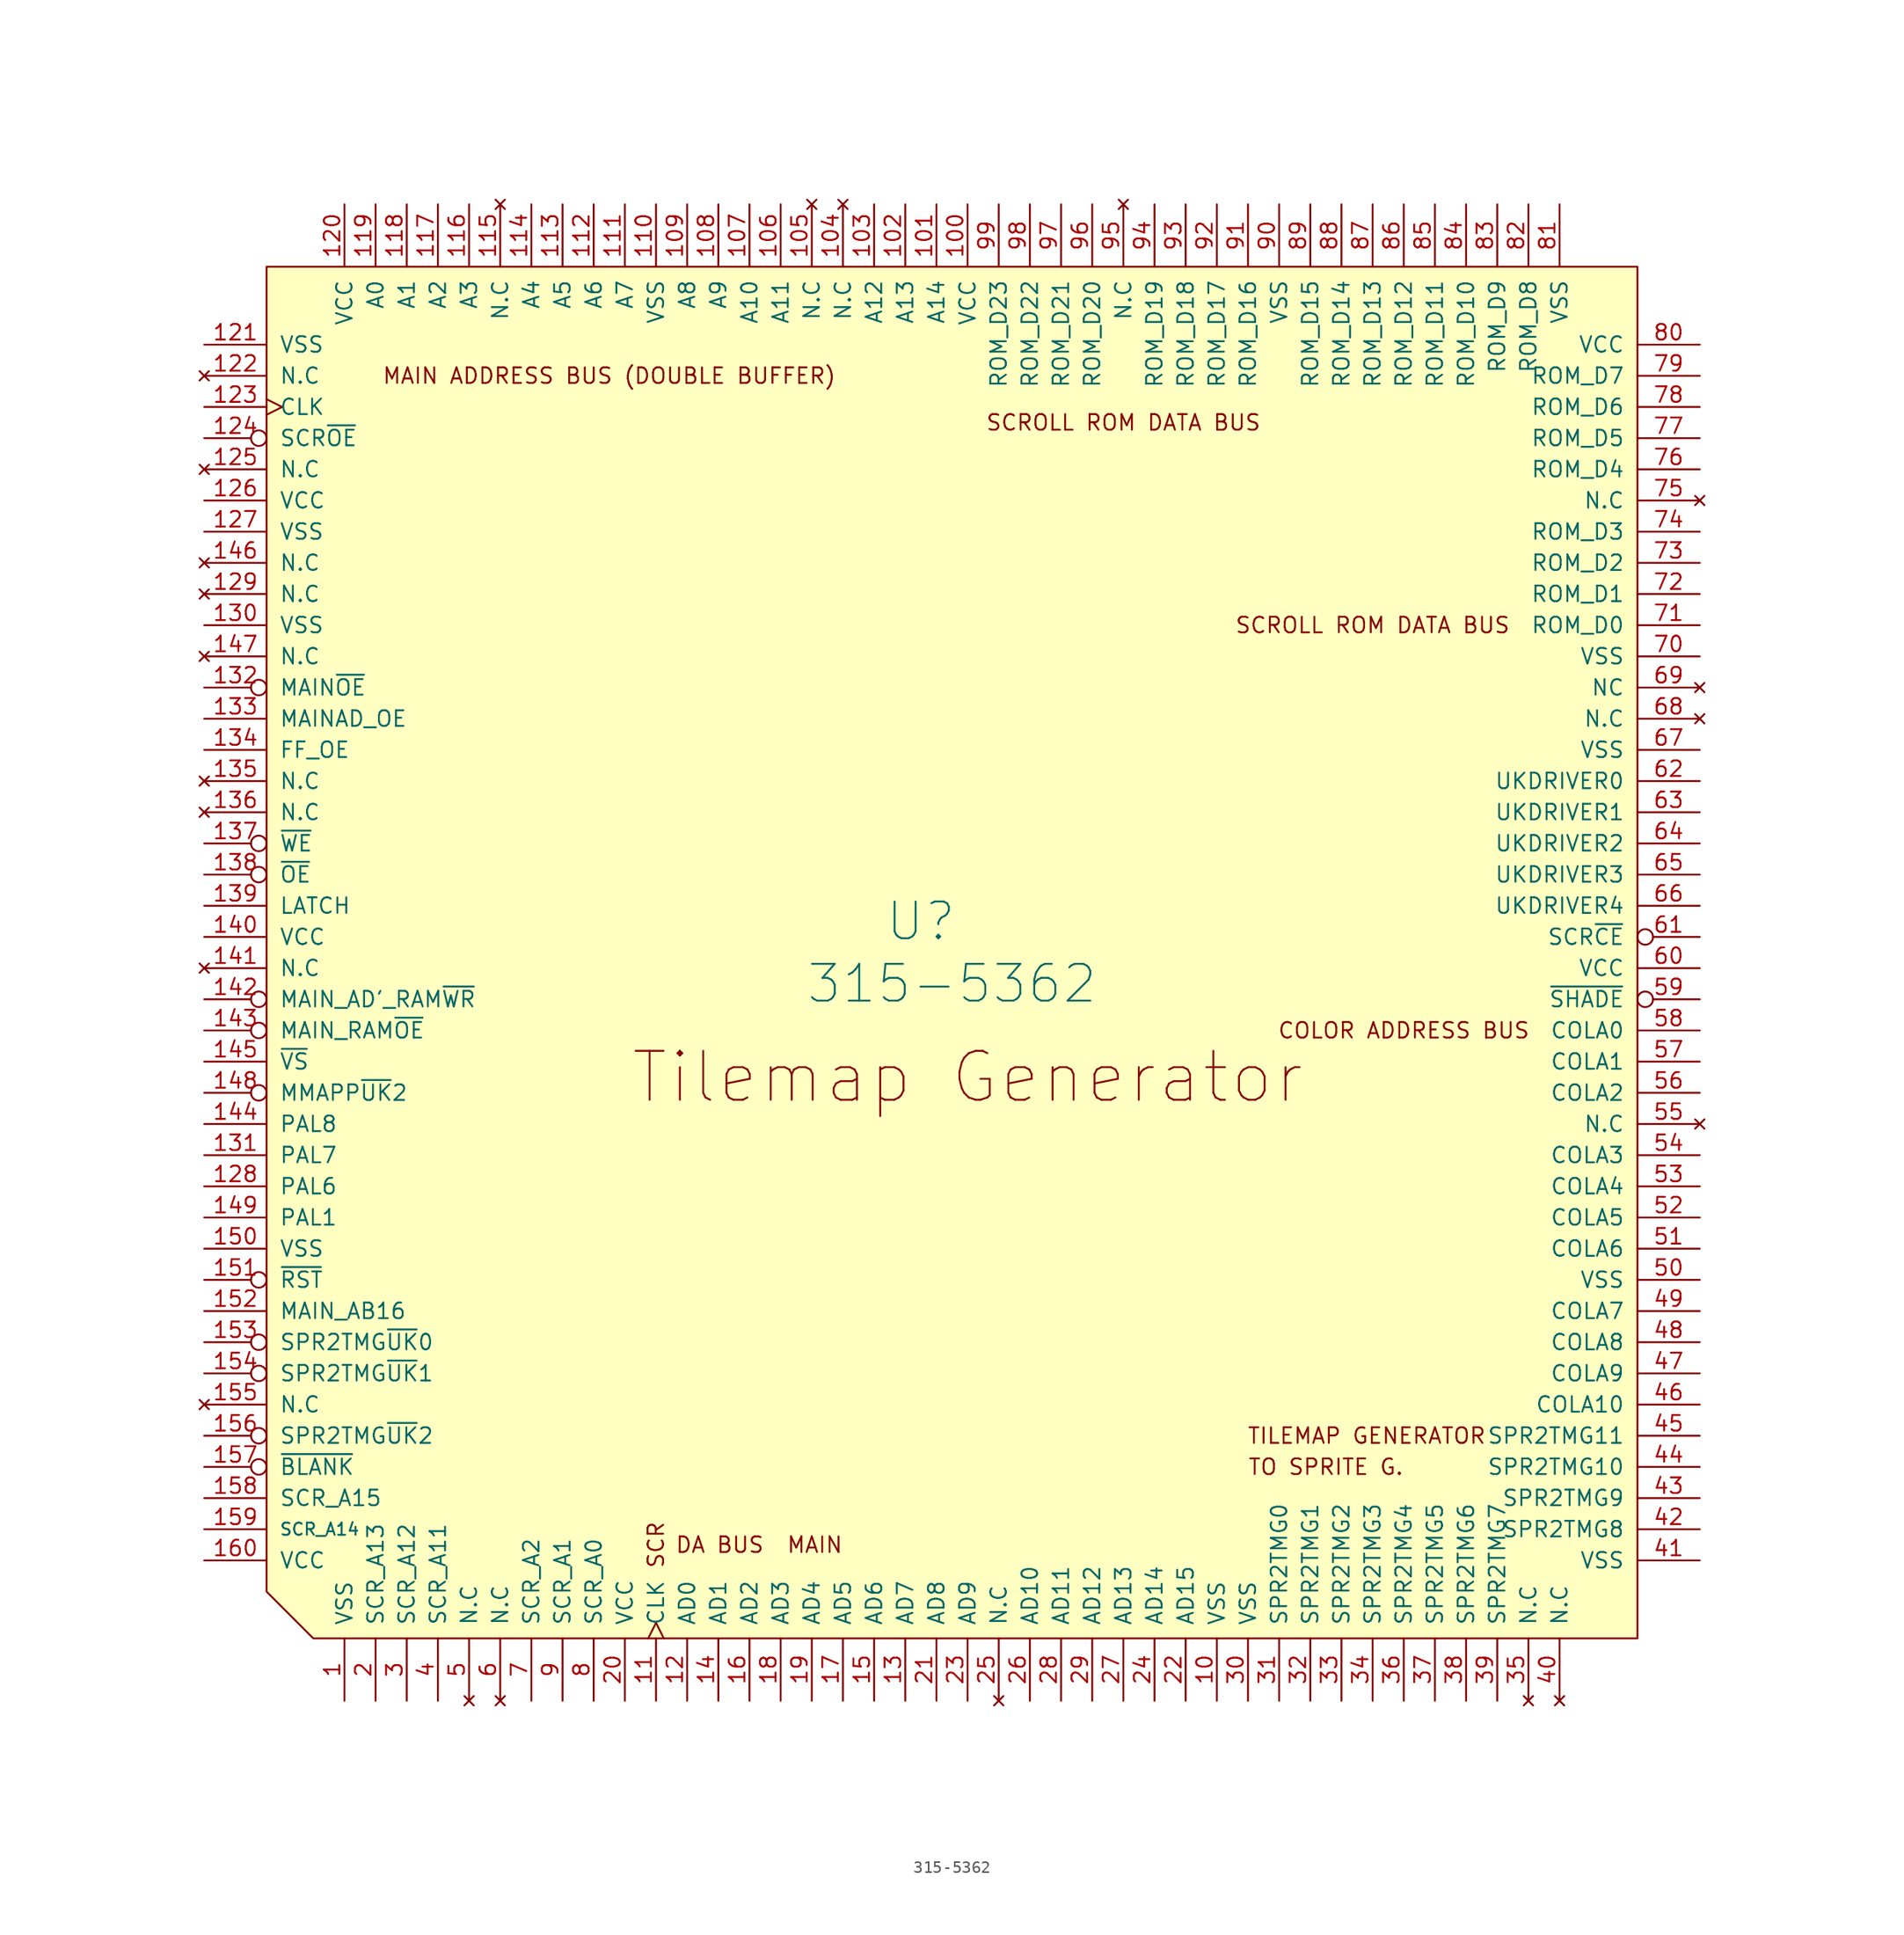
<source format=kicad_sym>
(kicad_symbol_lib
  (version 20220914)
  (generator kicad_symbol_editor)
  (symbol "315-5362"
    (pin_names
      (offset 1.016))
    (property "Reference" "U"
      (at -1.27 3.81 0)
      (effects (font (size 2.997 2.997))))
    (property "Value" "315-5362"
      (at 1.27 -1.27 0)
      (effects (font (size 2.997 2.997))))
    (symbol "315-5362_0_0"
      (text "COLOR ADDRESS BUS" (at 38.1 -5.08 0) (effects (font (size 1.27 1.27))))
      (text "DA BUS  MAIN " (at -13.97 -46.99 0) (effects (font (size 1.27 1.27))))
      (text "MAIN ADDRESS BUS (DOUBLE BUFFER)" (at -26.67 48.26 0) (effects (font (size 1.27 1.27))))
      (text "SCR" (at -22.86 -46.99 900) (effects (font (size 1.27 1.27))))
      (text "SCROLL ROM DATA BUS" (at 15.24 44.45 0) (effects (font (size 1.27 1.27))))
      (text "SCROLL ROM DATA BUS" (at 35.56 27.94 0) (effects (font (size 1.27 1.27))))
      (text "Tilemap Generator" (at 2.54 -8.89 0) (effects (font (size 3.988 3.988))))
      (text "TILEMAP GENERATOR " (at 35.56 -38.1 0) (effects (font (size 1.27 1.27))))
      (text "TO SPRITE G." (at 31.75 -40.64 0) (effects (font (size 1.27 1.27)))))
    (symbol "315-5362_0_1"
      (polyline (pts (xy -48.26 -54.61) (xy -50.8 -54.61) (xy -54.61 -50.8) (xy -54.61 57.15) (xy 57.15 57.15) (xy 57.15 -54.61) (xy -48.26 -54.61)) (stroke (width 0) (type default)) (fill (type background))))
    (symbol "315-5362_1_1"
      (pin power_in line (at -48.26 -59.69 90) (length 5.08) (name "VSS" (effects (font (size 1.27 1.27)))) (number "1" (effects (font (size 1.27 1.27)))))
      (pin power_in line (at 22.86 -59.69 90) (length 5.08) (name "VSS" (effects (font (size 1.27 1.27)))) (number "10" (effects (font (size 1.27 1.27)))))
      (pin power_in line (at 2.54 62.23 270) (length 5.08) (name "VCC" (effects (font (size 1.27 1.27)))) (number "100" (effects (font (size 1.27 1.27)))))
      (pin output line (at 0 62.23 270) (length 5.08) (name "A14" (effects (font (size 1.27 1.27)))) (number "101" (effects (font (size 1.27 1.27)))))
      (pin output line (at -2.54 62.23 270) (length 5.08) (name "A13" (effects (font (size 1.27 1.27)))) (number "102" (effects (font (size 1.27 1.27)))))
      (pin output line (at -5.08 62.23 270) (length 5.08) (name "A12" (effects (font (size 1.27 1.27)))) (number "103" (effects (font (size 1.27 1.27)))))
      (pin no_connect line (at -7.62 62.23 270) (length 5.08) (name "N.C" (effects (font (size 1.27 1.27)))) (number "104" (effects (font (size 1.27 1.27)))))
      (pin no_connect line (at -10.16 62.23 270) (length 5.08) (name "N.C" (effects (font (size 1.27 1.27)))) (number "105" (effects (font (size 1.27 1.27)))))
      (pin output line (at -12.7 62.23 270) (length 5.08) (name "A11" (effects (font (size 1.27 1.27)))) (number "106" (effects (font (size 1.27 1.27)))))
      (pin output line (at -15.24 62.23 270) (length 5.08) (name "A10" (effects (font (size 1.27 1.27)))) (number "107" (effects (font (size 1.27 1.27)))))
      (pin output line (at -17.78 62.23 270) (length 5.08) (name "A9" (effects (font (size 1.27 1.27)))) (number "108" (effects (font (size 1.27 1.27)))))
      (pin output line (at -20.32 62.23 270) (length 5.08) (name "A8" (effects (font (size 1.27 1.27)))) (number "109" (effects (font (size 1.27 1.27)))))
      (pin output clock (at -22.86 -59.69 90) (length 5.08) (name "CLK" (effects (font (size 1.27 1.27)))) (number "11" (effects (font (size 1.27 1.27)))))
      (pin power_in line (at -22.86 62.23 270) (length 5.08) (name "VSS" (effects (font (size 1.27 1.27)))) (number "110" (effects (font (size 1.27 1.27)))))
      (pin output line (at -25.4 62.23 270) (length 5.08) (name "A7" (effects (font (size 1.27 1.27)))) (number "111" (effects (font (size 1.27 1.27)))))
      (pin output line (at -27.94 62.23 270) (length 5.08) (name "A6" (effects (font (size 1.27 1.27)))) (number "112" (effects (font (size 1.27 1.27)))))
      (pin output line (at -30.48 62.23 270) (length 5.08) (name "A5" (effects (font (size 1.27 1.27)))) (number "113" (effects (font (size 1.27 1.27)))))
      (pin output line (at -33.02 62.23 270) (length 5.08) (name "A4" (effects (font (size 1.27 1.27)))) (number "114" (effects (font (size 1.27 1.27)))))
      (pin no_connect line (at -35.56 62.23 270) (length 5.08) (name "N.C" (effects (font (size 1.27 1.27)))) (number "115" (effects (font (size 1.27 1.27)))))
      (pin output line (at -38.1 62.23 270) (length 5.08) (name "A3" (effects (font (size 1.27 1.27)))) (number "116" (effects (font (size 1.27 1.27)))))
      (pin output line (at -40.64 62.23 270) (length 5.08) (name "A2" (effects (font (size 1.27 1.27)))) (number "117" (effects (font (size 1.27 1.27)))))
      (pin output line (at -43.18 62.23 270) (length 5.08) (name "A1" (effects (font (size 1.27 1.27)))) (number "118" (effects (font (size 1.27 1.27)))))
      (pin output line (at -45.72 62.23 270) (length 5.08) (name "A0" (effects (font (size 1.27 1.27)))) (number "119" (effects (font (size 1.27 1.27)))))
      (pin bidirectional line (at -20.32 -59.69 90) (length 5.08) (name "AD0" (effects (font (size 1.27 1.27)))) (number "12" (effects (font (size 1.27 1.27)))))
      (pin power_in line (at -48.26 62.23 270) (length 5.08) (name "VCC" (effects (font (size 1.27 1.27)))) (number "120" (effects (font (size 1.27 1.27)))))
      (pin power_in line (at -59.69 50.8 0) (length 5.08) (name "VSS" (effects (font (size 1.27 1.27)))) (number "121" (effects (font (size 1.27 1.27)))))
      (pin no_connect line (at -59.69 48.26 0) (length 5.08) (name "N.C" (effects (font (size 1.27 1.27)))) (number "122" (effects (font (size 1.27 1.27)))))
      (pin output clock (at -59.69 45.72 0) (length 5.08) (name "CLK" (effects (font (size 1.27 1.27)))) (number "123" (effects (font (size 1.27 1.27)))))
      (pin output inverted (at -59.69 43.18 0) (length 5.08) (name "SCR~{OE}" (effects (font (size 1.27 1.27)))) (number "124" (effects (font (size 1.27 1.27)))))
      (pin no_connect line (at -59.69 40.64 0) (length 5.08) (name "N.C" (effects (font (size 1.27 1.27)))) (number "125" (effects (font (size 1.27 1.27)))))
      (pin power_in line (at -59.69 38.1 0) (length 5.08) (name "VCC" (effects (font (size 1.27 1.27)))) (number "126" (effects (font (size 1.27 1.27)))))
      (pin power_in line (at -59.69 35.56 0) (length 5.08) (name "VSS" (effects (font (size 1.27 1.27)))) (number "127" (effects (font (size 1.27 1.27)))))
      (pin input line (at -59.69 -17.78 0) (length 5.08) (name "PAL6" (effects (font (size 1.27 1.27)))) (number "128" (effects (font (size 1.27 1.27)))))
      (pin no_connect line (at -59.69 30.48 0) (length 5.08) (name "N.C" (effects (font (size 1.27 1.27)))) (number "129" (effects (font (size 1.27 1.27)))))
      (pin bidirectional line (at -2.54 -59.69 90) (length 5.08) (name "AD7" (effects (font (size 1.27 1.27)))) (number "13" (effects (font (size 1.27 1.27)))))
      (pin power_in line (at -59.69 27.94 0) (length 5.08) (name "VSS" (effects (font (size 1.27 1.27)))) (number "130" (effects (font (size 1.27 1.27)))))
      (pin input line (at -59.69 -15.24 0) (length 5.08) (name "PAL7" (effects (font (size 1.27 1.27)))) (number "131" (effects (font (size 1.27 1.27)))))
      (pin output inverted (at -59.69 22.86 0) (length 5.08) (name "MAIN~{OE}" (effects (font (size 1.27 1.27)))) (number "132" (effects (font (size 1.27 1.27)))))
      (pin output line (at -59.69 20.32 0) (length 5.08) (name "MAINAD_OE" (effects (font (size 1.27 1.27)))) (number "133" (effects (font (size 1.27 1.27)))))
      (pin output line (at -59.69 17.78 0) (length 5.08) (name "FF_OE" (effects (font (size 1.27 1.27)))) (number "134" (effects (font (size 1.27 1.27)))))
      (pin no_connect line (at -59.69 15.24 0) (length 5.08) (name "N.C" (effects (font (size 1.27 1.27)))) (number "135" (effects (font (size 1.27 1.27)))))
      (pin no_connect line (at -59.69 12.7 0) (length 5.08) (name "N.C" (effects (font (size 1.27 1.27)))) (number "136" (effects (font (size 1.27 1.27)))))
      (pin output inverted (at -59.69 10.16 0) (length 5.08) (name "~{WE}" (effects (font (size 1.27 1.27)))) (number "137" (effects (font (size 1.27 1.27)))))
      (pin output inverted (at -59.69 7.62 0) (length 5.08) (name "~{OE}" (effects (font (size 1.27 1.27)))) (number "138" (effects (font (size 1.27 1.27)))))
      (pin output line (at -59.69 5.08 0) (length 5.08) (name "LATCH" (effects (font (size 1.27 1.27)))) (number "139" (effects (font (size 1.27 1.27)))))
      (pin bidirectional line (at -17.78 -59.69 90) (length 5.08) (name "AD1" (effects (font (size 1.27 1.27)))) (number "14" (effects (font (size 1.27 1.27)))))
      (pin power_in line (at -59.69 2.54 0) (length 5.08) (name "VCC" (effects (font (size 1.27 1.27)))) (number "140" (effects (font (size 1.27 1.27)))))
      (pin no_connect line (at -59.69 0 0) (length 5.08) (name "N.C" (effects (font (size 1.27 1.27)))) (number "141" (effects (font (size 1.27 1.27)))))
      (pin output inverted (at -59.69 -2.54 0) (length 5.08) (name "MAIN_AD'_RAM~{WR}" (effects (font (size 1.27 1.27)))) (number "142" (effects (font (size 1.27 1.27)))))
      (pin output inverted (at -59.69 -5.08 0) (length 5.08) (name "MAIN_RAM~{OE}" (effects (font (size 1.27 1.27)))) (number "143" (effects (font (size 1.27 1.27)))))
      (pin input line (at -59.69 -12.7 0) (length 5.08) (name "PAL8" (effects (font (size 1.27 1.27)))) (number "144" (effects (font (size 1.27 1.27)))))
      (pin output line (at -59.69 -7.62 0) (length 5.08) (name "~{VS}" (effects (font (size 1.27 1.27)))) (number "145" (effects (font (size 1.27 1.27)))))
      (pin no_connect line (at -59.69 33.02 0) (length 5.08) (name "N.C" (effects (font (size 1.27 1.27)))) (number "146" (effects (font (size 1.27 1.27)))))
      (pin no_connect line (at -59.69 25.4 0) (length 5.08) (name "N.C" (effects (font (size 1.27 1.27)))) (number "147" (effects (font (size 1.27 1.27)))))
      (pin input inverted (at -59.69 -10.16 0) (length 5.08) (name "MMAPP~{UK}2" (effects (font (size 1.27 1.27)))) (number "148" (effects (font (size 1.27 1.27)))))
      (pin input line (at -59.69 -20.32 0) (length 5.08) (name "PAL1" (effects (font (size 1.27 1.27)))) (number "149" (effects (font (size 1.27 1.27)))))
      (pin bidirectional line (at -5.08 -59.69 90) (length 5.08) (name "AD6" (effects (font (size 1.27 1.27)))) (number "15" (effects (font (size 1.27 1.27)))))
      (pin power_in line (at -59.69 -22.86 0) (length 5.08) (name "VSS" (effects (font (size 1.27 1.27)))) (number "150" (effects (font (size 1.27 1.27)))))
      (pin output inverted (at -59.69 -25.4 0) (length 5.08) (name "~{RST}" (effects (font (size 1.27 1.27)))) (number "151" (effects (font (size 1.27 1.27)))))
      (pin input line (at -59.69 -27.94 0) (length 5.08) (name "MAIN_AB16" (effects (font (size 1.27 1.27)))) (number "152" (effects (font (size 1.27 1.27)))))
      (pin output inverted (at -59.69 -30.48 0) (length 5.08) (name "SPR2TMG~{UK}0" (effects (font (size 1.27 1.27)))) (number "153" (effects (font (size 1.27 1.27)))))
      (pin output inverted (at -59.69 -33.02 0) (length 5.08) (name "SPR2TMG~{UK}1" (effects (font (size 1.27 1.27)))) (number "154" (effects (font (size 1.27 1.27)))))
      (pin no_connect line (at -59.69 -35.56 0) (length 5.08) (name "N.C" (effects (font (size 1.27 1.27)))) (number "155" (effects (font (size 1.27 1.27)))))
      (pin output inverted (at -59.69 -38.1 0) (length 5.08) (name "SPR2TMG~{UK}2" (effects (font (size 1.27 1.27)))) (number "156" (effects (font (size 1.27 1.27)))))
      (pin output inverted (at -59.69 -40.64 0) (length 5.08) (name "~{BLANK}" (effects (font (size 1.27 1.27)))) (number "157" (effects (font (size 1.27 1.27)))))
      (pin output line (at -59.69 -43.18 0) (length 5.08) (name "SCR_A15" (effects (font (size 1.27 1.27)))) (number "158" (effects (font (size 1.27 1.27)))))
      (pin output line (at -59.69 -45.72 0) (length 5.08) (name "SCR_A14" (effects (font (size 0.991 0.991)))) (number "159" (effects (font (size 1.27 1.27)))))
      (pin bidirectional line (at -15.24 -59.69 90) (length 5.08) (name "AD2" (effects (font (size 1.27 1.27)))) (number "16" (effects (font (size 1.27 1.27)))))
      (pin power_in line (at -59.69 -48.26 0) (length 5.08) (name "VCC" (effects (font (size 1.27 1.27)))) (number "160" (effects (font (size 1.27 1.27)))))
      (pin bidirectional line (at -7.62 -59.69 90) (length 5.08) (name "AD5" (effects (font (size 1.27 1.27)))) (number "17" (effects (font (size 1.27 1.27)))))
      (pin bidirectional line (at -12.7 -59.69 90) (length 5.08) (name "AD3" (effects (font (size 1.27 1.27)))) (number "18" (effects (font (size 1.27 1.27)))))
      (pin bidirectional line (at -10.16 -59.69 90) (length 5.08) (name "AD4" (effects (font (size 1.27 1.27)))) (number "19" (effects (font (size 1.27 1.27)))))
      (pin output line (at -45.72 -59.69 90) (length 5.08) (name "SCR_A13" (effects (font (size 1.27 1.27)))) (number "2" (effects (font (size 1.27 1.27)))))
      (pin power_in line (at -25.4 -59.69 90) (length 5.08) (name "VCC" (effects (font (size 1.27 1.27)))) (number "20" (effects (font (size 1.27 1.27)))))
      (pin bidirectional line (at 0 -59.69 90) (length 5.08) (name "AD8" (effects (font (size 1.27 1.27)))) (number "21" (effects (font (size 1.27 1.27)))))
      (pin bidirectional line (at 20.32 -59.69 90) (length 5.08) (name "AD15" (effects (font (size 1.27 1.27)))) (number "22" (effects (font (size 1.27 1.27)))))
      (pin bidirectional line (at 2.54 -59.69 90) (length 5.08) (name "AD9" (effects (font (size 1.27 1.27)))) (number "23" (effects (font (size 1.27 1.27)))))
      (pin bidirectional line (at 17.78 -59.69 90) (length 5.08) (name "AD14" (effects (font (size 1.27 1.27)))) (number "24" (effects (font (size 1.27 1.27)))))
      (pin no_connect line (at 5.08 -59.69 90) (length 5.08) (name "N.C" (effects (font (size 1.27 1.27)))) (number "25" (effects (font (size 1.27 1.27)))))
      (pin bidirectional line (at 7.62 -59.69 90) (length 5.08) (name "AD10" (effects (font (size 1.27 1.27)))) (number "26" (effects (font (size 1.27 1.27)))))
      (pin bidirectional line (at 15.24 -59.69 90) (length 5.08) (name "AD13" (effects (font (size 1.27 1.27)))) (number "27" (effects (font (size 1.27 1.27)))))
      (pin bidirectional line (at 10.16 -59.69 90) (length 5.08) (name "AD11" (effects (font (size 1.27 1.27)))) (number "28" (effects (font (size 1.27 1.27)))))
      (pin bidirectional line (at 12.7 -59.69 90) (length 5.08) (name "AD12" (effects (font (size 1.27 1.27)))) (number "29" (effects (font (size 1.27 1.27)))))
      (pin output line (at -43.18 -59.69 90) (length 5.08) (name "SCR_A12" (effects (font (size 1.27 1.27)))) (number "3" (effects (font (size 1.27 1.27)))))
      (pin power_in line (at 25.4 -59.69 90) (length 5.08) (name "VSS" (effects (font (size 1.27 1.27)))) (number "30" (effects (font (size 1.27 1.27)))))
      (pin bidirectional line (at 27.94 -59.69 90) (length 5.08) (name "SPR2TMG0" (effects (font (size 1.27 1.27)))) (number "31" (effects (font (size 1.27 1.27)))))
      (pin bidirectional line (at 30.48 -59.69 90) (length 5.08) (name "SPR2TMG1" (effects (font (size 1.27 1.27)))) (number "32" (effects (font (size 1.27 1.27)))))
      (pin bidirectional line (at 33.02 -59.69 90) (length 5.08) (name "SPR2TMG2" (effects (font (size 1.27 1.27)))) (number "33" (effects (font (size 1.27 1.27)))))
      (pin bidirectional line (at 35.56 -59.69 90) (length 5.08) (name "SPR2TMG3" (effects (font (size 1.27 1.27)))) (number "34" (effects (font (size 1.27 1.27)))))
      (pin no_connect line (at 48.26 -59.69 90) (length 5.08) (name "N.C" (effects (font (size 1.27 1.27)))) (number "35" (effects (font (size 1.27 1.27)))))
      (pin bidirectional line (at 38.1 -59.69 90) (length 5.08) (name "SPR2TMG4" (effects (font (size 1.27 1.27)))) (number "36" (effects (font (size 1.27 1.27)))))
      (pin bidirectional line (at 40.64 -59.69 90) (length 5.08) (name "SPR2TMG5" (effects (font (size 1.27 1.27)))) (number "37" (effects (font (size 1.27 1.27)))))
      (pin bidirectional line (at 43.18 -59.69 90) (length 5.08) (name "SPR2TMG6" (effects (font (size 1.27 1.27)))) (number "38" (effects (font (size 1.27 1.27)))))
      (pin bidirectional line (at 45.72 -59.69 90) (length 5.08) (name "SPR2TMG7" (effects (font (size 1.27 1.27)))) (number "39" (effects (font (size 1.27 1.27)))))
      (pin output line (at -40.64 -59.69 90) (length 5.08) (name "SCR_A11" (effects (font (size 1.27 1.27)))) (number "4" (effects (font (size 1.27 1.27)))))
      (pin no_connect line (at 50.8 -59.69 90) (length 5.08) (name "N.C" (effects (font (size 1.27 1.27)))) (number "40" (effects (font (size 1.27 1.27)))))
      (pin power_in line (at 62.23 -48.26 180) (length 5.08) (name "VSS" (effects (font (size 1.27 1.27)))) (number "41" (effects (font (size 1.27 1.27)))))
      (pin bidirectional line (at 62.23 -45.72 180) (length 5.08) (name "SPR2TMG8" (effects (font (size 1.27 1.27)))) (number "42" (effects (font (size 1.27 1.27)))))
      (pin bidirectional line (at 62.23 -43.18 180) (length 5.08) (name "SPR2TMG9" (effects (font (size 1.27 1.27)))) (number "43" (effects (font (size 1.27 1.27)))))
      (pin bidirectional line (at 62.23 -40.64 180) (length 5.08) (name "SPR2TMG10" (effects (font (size 1.27 1.27)))) (number "44" (effects (font (size 1.27 1.27)))))
      (pin bidirectional line (at 62.23 -38.1 180) (length 5.08) (name "SPR2TMG11" (effects (font (size 1.27 1.27)))) (number "45" (effects (font (size 1.27 1.27)))))
      (pin tri_state line (at 62.23 -35.56 180) (length 5.08) (name "COLA10" (effects (font (size 1.27 1.27)))) (number "46" (effects (font (size 1.27 1.27)))))
      (pin tri_state line (at 62.23 -33.02 180) (length 5.08) (name "COLA9" (effects (font (size 1.27 1.27)))) (number "47" (effects (font (size 1.27 1.27)))))
      (pin tri_state line (at 62.23 -30.48 180) (length 5.08) (name "COLA8" (effects (font (size 1.27 1.27)))) (number "48" (effects (font (size 1.27 1.27)))))
      (pin tri_state line (at 62.23 -27.94 180) (length 5.08) (name "COLA7" (effects (font (size 1.27 1.27)))) (number "49" (effects (font (size 1.27 1.27)))))
      (pin no_connect line (at -38.1 -59.69 90) (length 5.08) (name "N.C" (effects (font (size 1.27 1.27)))) (number "5" (effects (font (size 1.27 1.27)))))
      (pin power_in line (at 62.23 -25.4 180) (length 5.08) (name "VSS" (effects (font (size 1.27 1.27)))) (number "50" (effects (font (size 1.27 1.27)))))
      (pin tri_state line (at 62.23 -22.86 180) (length 5.08) (name "COLA6" (effects (font (size 1.27 1.27)))) (number "51" (effects (font (size 1.27 1.27)))))
      (pin tri_state line (at 62.23 -20.32 180) (length 5.08) (name "COLA5" (effects (font (size 1.27 1.27)))) (number "52" (effects (font (size 1.27 1.27)))))
      (pin tri_state line (at 62.23 -17.78 180) (length 5.08) (name "COLA4" (effects (font (size 1.27 1.27)))) (number "53" (effects (font (size 1.27 1.27)))))
      (pin tri_state line (at 62.23 -15.24 180) (length 5.08) (name "COLA3" (effects (font (size 1.27 1.27)))) (number "54" (effects (font (size 1.27 1.27)))))
      (pin no_connect line (at 62.23 -12.7 180) (length 5.08) (name "N.C" (effects (font (size 1.27 1.27)))) (number "55" (effects (font (size 1.27 1.27)))))
      (pin tri_state line (at 62.23 -10.16 180) (length 5.08) (name "COLA2" (effects (font (size 1.27 1.27)))) (number "56" (effects (font (size 1.27 1.27)))))
      (pin tri_state line (at 62.23 -7.62 180) (length 5.08) (name "COLA1" (effects (font (size 1.27 1.27)))) (number "57" (effects (font (size 1.27 1.27)))))
      (pin tri_state line (at 62.23 -5.08 180) (length 5.08) (name "COLA0" (effects (font (size 1.27 1.27)))) (number "58" (effects (font (size 1.27 1.27)))))
      (pin output inverted (at 62.23 -2.54 180) (length 5.08) (name "~{SHADE}" (effects (font (size 1.27 1.27)))) (number "59" (effects (font (size 1.27 1.27)))))
      (pin no_connect line (at -35.56 -59.69 90) (length 5.08) (name "N.C" (effects (font (size 1.27 1.27)))) (number "6" (effects (font (size 1.27 1.27)))))
      (pin power_in line (at 62.23 0 180) (length 5.08) (name "VCC" (effects (font (size 1.27 1.27)))) (number "60" (effects (font (size 1.27 1.27)))))
      (pin output inverted (at 62.23 2.54 180) (length 5.08) (name "SCR~{CE}" (effects (font (size 1.27 1.27)))) (number "61" (effects (font (size 1.27 1.27)))))
      (pin output line (at 62.23 15.24 180) (length 5.08) (name "UKDRIVER0" (effects (font (size 1.27 1.27)))) (number "62" (effects (font (size 1.27 1.27)))))
      (pin output line (at 62.23 12.7 180) (length 5.08) (name "UKDRIVER1" (effects (font (size 1.27 1.27)))) (number "63" (effects (font (size 1.27 1.27)))))
      (pin output line (at 62.23 10.16 180) (length 5.08) (name "UKDRIVER2" (effects (font (size 1.27 1.27)))) (number "64" (effects (font (size 1.27 1.27)))))
      (pin output line (at 62.23 7.62 180) (length 5.08) (name "UKDRIVER3" (effects (font (size 1.27 1.27)))) (number "65" (effects (font (size 1.27 1.27)))))
      (pin output line (at 62.23 5.08 180) (length 5.08) (name "UKDRIVER4" (effects (font (size 1.27 1.27)))) (number "66" (effects (font (size 1.27 1.27)))))
      (pin power_in line (at 62.23 17.78 180) (length 5.08) (name "VSS" (effects (font (size 1.27 1.27)))) (number "67" (effects (font (size 1.27 1.27)))))
      (pin no_connect line (at 62.23 20.32 180) (length 5.08) (name "N.C" (effects (font (size 1.27 1.27)))) (number "68" (effects (font (size 1.27 1.27)))))
      (pin no_connect line (at 62.23 22.86 180) (length 5.08) (name "NC" (effects (font (size 1.27 1.27)))) (number "69" (effects (font (size 1.27 1.27)))))
      (pin output line (at -33.02 -59.69 90) (length 5.08) (name "SCR_A2" (effects (font (size 1.27 1.27)))) (number "7" (effects (font (size 1.27 1.27)))))
      (pin power_in line (at 62.23 25.4 180) (length 5.08) (name "VSS" (effects (font (size 1.27 1.27)))) (number "70" (effects (font (size 1.27 1.27)))))
      (pin input line (at 62.23 27.94 180) (length 5.08) (name "ROM_D0" (effects (font (size 1.27 1.27)))) (number "71" (effects (font (size 1.27 1.27)))))
      (pin input line (at 62.23 30.48 180) (length 5.08) (name "ROM_D1" (effects (font (size 1.27 1.27)))) (number "72" (effects (font (size 1.27 1.27)))))
      (pin input line (at 62.23 33.02 180) (length 5.08) (name "ROM_D2" (effects (font (size 1.27 1.27)))) (number "73" (effects (font (size 1.27 1.27)))))
      (pin input line (at 62.23 35.56 180) (length 5.08) (name "ROM_D3" (effects (font (size 1.27 1.27)))) (number "74" (effects (font (size 1.27 1.27)))))
      (pin no_connect line (at 62.23 38.1 180) (length 5.08) (name "N.C" (effects (font (size 1.27 1.27)))) (number "75" (effects (font (size 1.27 1.27)))))
      (pin input line (at 62.23 40.64 180) (length 5.08) (name "ROM_D4" (effects (font (size 1.27 1.27)))) (number "76" (effects (font (size 1.27 1.27)))))
      (pin input line (at 62.23 43.18 180) (length 5.08) (name "ROM_D5" (effects (font (size 1.27 1.27)))) (number "77" (effects (font (size 1.27 1.27)))))
      (pin input line (at 62.23 45.72 180) (length 5.08) (name "ROM_D6" (effects (font (size 1.27 1.27)))) (number "78" (effects (font (size 1.27 1.27)))))
      (pin input line (at 62.23 48.26 180) (length 5.08) (name "ROM_D7" (effects (font (size 1.27 1.27)))) (number "79" (effects (font (size 1.27 1.27)))))
      (pin output line (at -27.94 -59.69 90) (length 5.08) (name "SCR_A0" (effects (font (size 1.27 1.27)))) (number "8" (effects (font (size 1.27 1.27)))))
      (pin power_in line (at 62.23 50.8 180) (length 5.08) (name "VCC" (effects (font (size 1.27 1.27)))) (number "80" (effects (font (size 1.27 1.27)))))
      (pin power_in line (at 50.8 62.23 270) (length 5.08) (name "VSS" (effects (font (size 1.27 1.27)))) (number "81" (effects (font (size 1.27 1.27)))))
      (pin input line (at 48.26 62.23 270) (length 5.08) (name "ROM_D8" (effects (font (size 1.27 1.27)))) (number "82" (effects (font (size 1.27 1.27)))))
      (pin input line (at 45.72 62.23 270) (length 5.08) (name "ROM_D9" (effects (font (size 1.27 1.27)))) (number "83" (effects (font (size 1.27 1.27)))))
      (pin input line (at 43.18 62.23 270) (length 5.08) (name "ROM_D10" (effects (font (size 1.27 1.27)))) (number "84" (effects (font (size 1.27 1.27)))))
      (pin input line (at 40.64 62.23 270) (length 5.08) (name "ROM_D11" (effects (font (size 1.27 1.27)))) (number "85" (effects (font (size 1.27 1.27)))))
      (pin input line (at 38.1 62.23 270) (length 5.08) (name "ROM_D12" (effects (font (size 1.27 1.27)))) (number "86" (effects (font (size 1.27 1.27)))))
      (pin input line (at 35.56 62.23 270) (length 5.08) (name "ROM_D13" (effects (font (size 1.27 1.27)))) (number "87" (effects (font (size 1.27 1.27)))))
      (pin input line (at 33.02 62.23 270) (length 5.08) (name "ROM_D14" (effects (font (size 1.27 1.27)))) (number "88" (effects (font (size 1.27 1.27)))))
      (pin input line (at 30.48 62.23 270) (length 5.08) (name "ROM_D15" (effects (font (size 1.27 1.27)))) (number "89" (effects (font (size 1.27 1.27)))))
      (pin output line (at -30.48 -59.69 90) (length 5.08) (name "SCR_A1" (effects (font (size 1.27 1.27)))) (number "9" (effects (font (size 1.27 1.27)))))
      (pin power_in line (at 27.94 62.23 270) (length 5.08) (name "VSS" (effects (font (size 1.27 1.27)))) (number "90" (effects (font (size 1.27 1.27)))))
      (pin input line (at 25.4 62.23 270) (length 5.08) (name "ROM_D16" (effects (font (size 1.27 1.27)))) (number "91" (effects (font (size 1.27 1.27)))))
      (pin input line (at 22.86 62.23 270) (length 5.08) (name "ROM_D17" (effects (font (size 1.27 1.27)))) (number "92" (effects (font (size 1.27 1.27)))))
      (pin input line (at 20.32 62.23 270) (length 5.08) (name "ROM_D18" (effects (font (size 1.27 1.27)))) (number "93" (effects (font (size 1.27 1.27)))))
      (pin input line (at 17.78 62.23 270) (length 5.08) (name "ROM_D19" (effects (font (size 1.27 1.27)))) (number "94" (effects (font (size 1.27 1.27)))))
      (pin no_connect line (at 15.24 62.23 270) (length 5.08) (name "N.C" (effects (font (size 1.27 1.27)))) (number "95" (effects (font (size 1.27 1.27)))))
      (pin input line (at 12.7 62.23 270) (length 5.08) (name "ROM_D20" (effects (font (size 1.27 1.27)))) (number "96" (effects (font (size 1.27 1.27)))))
      (pin input line (at 10.16 62.23 270) (length 5.08) (name "ROM_D21" (effects (font (size 1.27 1.27)))) (number "97" (effects (font (size 1.27 1.27)))))
      (pin input line (at 7.62 62.23 270) (length 5.08) (name "ROM_D22" (effects (font (size 1.27 1.27)))) (number "98" (effects (font (size 1.27 1.27)))))
      (pin input line (at 5.08 62.23 270) (length 5.08) (name "ROM_D23" (effects (font (size 1.27 1.27)))) (number "99" (effects (font (size 1.27 1.27))))))))
</source>
